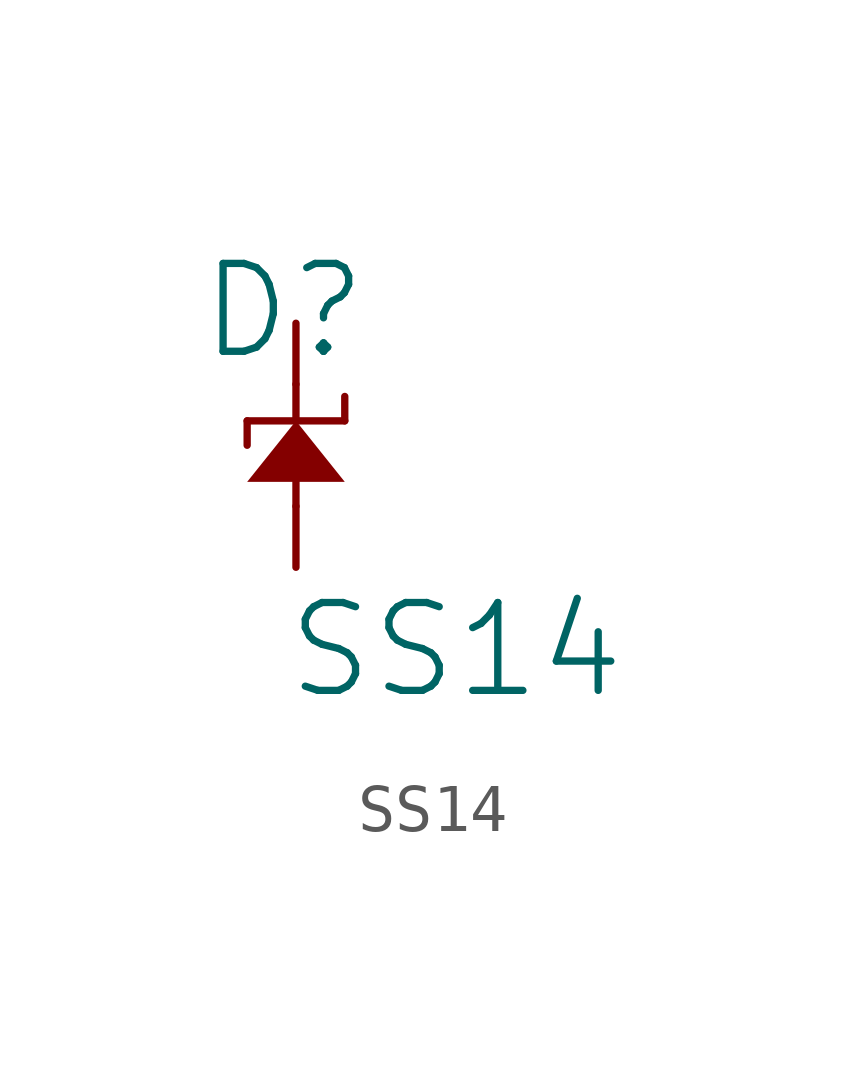
<source format=kicad_sym>
(kicad_symbol_lib
  (version 20241209)
  (generator "kicad_symbol_editor")
  (generator_version "9.0")
  (symbol "SS14"
    (pin_numbers
      (hide yes))
    (pin_names
      (hide yes))
    (property "Reference" "D"
      (at -0.254 0.254 0)
      (effects (font (size 1.829 1.829))))
    (property "Value" "SS14"
      (at -0.254 -7.874 0)
      (effects (font (size 1.829 1.829)) (justify left bottom)))
    (symbol "SS14_1_0"
      (polyline (pts (xy -1.016 -2.032) (xy 1.016 -2.032)) (stroke (width 0) (type solid)) (fill (type none)))
      (polyline (pts (xy -1.016 -2.54) (xy -1.016 -2.032)) (stroke (width 0) (type solid)) (fill (type none)))
      (polyline (pts (xy -1.016 -3.302) (xy 1.016 -3.302) (xy 0 -2.032) (xy -1.016 -3.302) (xy -1.016 -3.302)) (stroke (width -0.0001) (type solid)) (fill (type outline)))
      (polyline (pts (xy 0 -2.032) (xy 0 -1.27)) (stroke (width 0) (type solid)) (fill (type none)))
      (polyline (pts (xy 0 -3.81) (xy 0 -3.302)) (stroke (width 0) (type solid)) (fill (type none)))
      (polyline (pts (xy 1.016 -2.032) (xy 1.016 -1.524)) (stroke (width 0) (type solid)) (fill (type none)))
      (pin passive line (at 0 0 270) (length 1.27) (name "K" (effects (font (size 1.27 1.27)))) (number "K" (effects (font (size 1.27 1.27)))))
      (pin passive line (at 0 -5.08 90) (length 1.27) (name "A" (effects (font (size 1.27 1.27)))) (number "A" (effects (font (size 1.27 1.27))))))))
</source>
